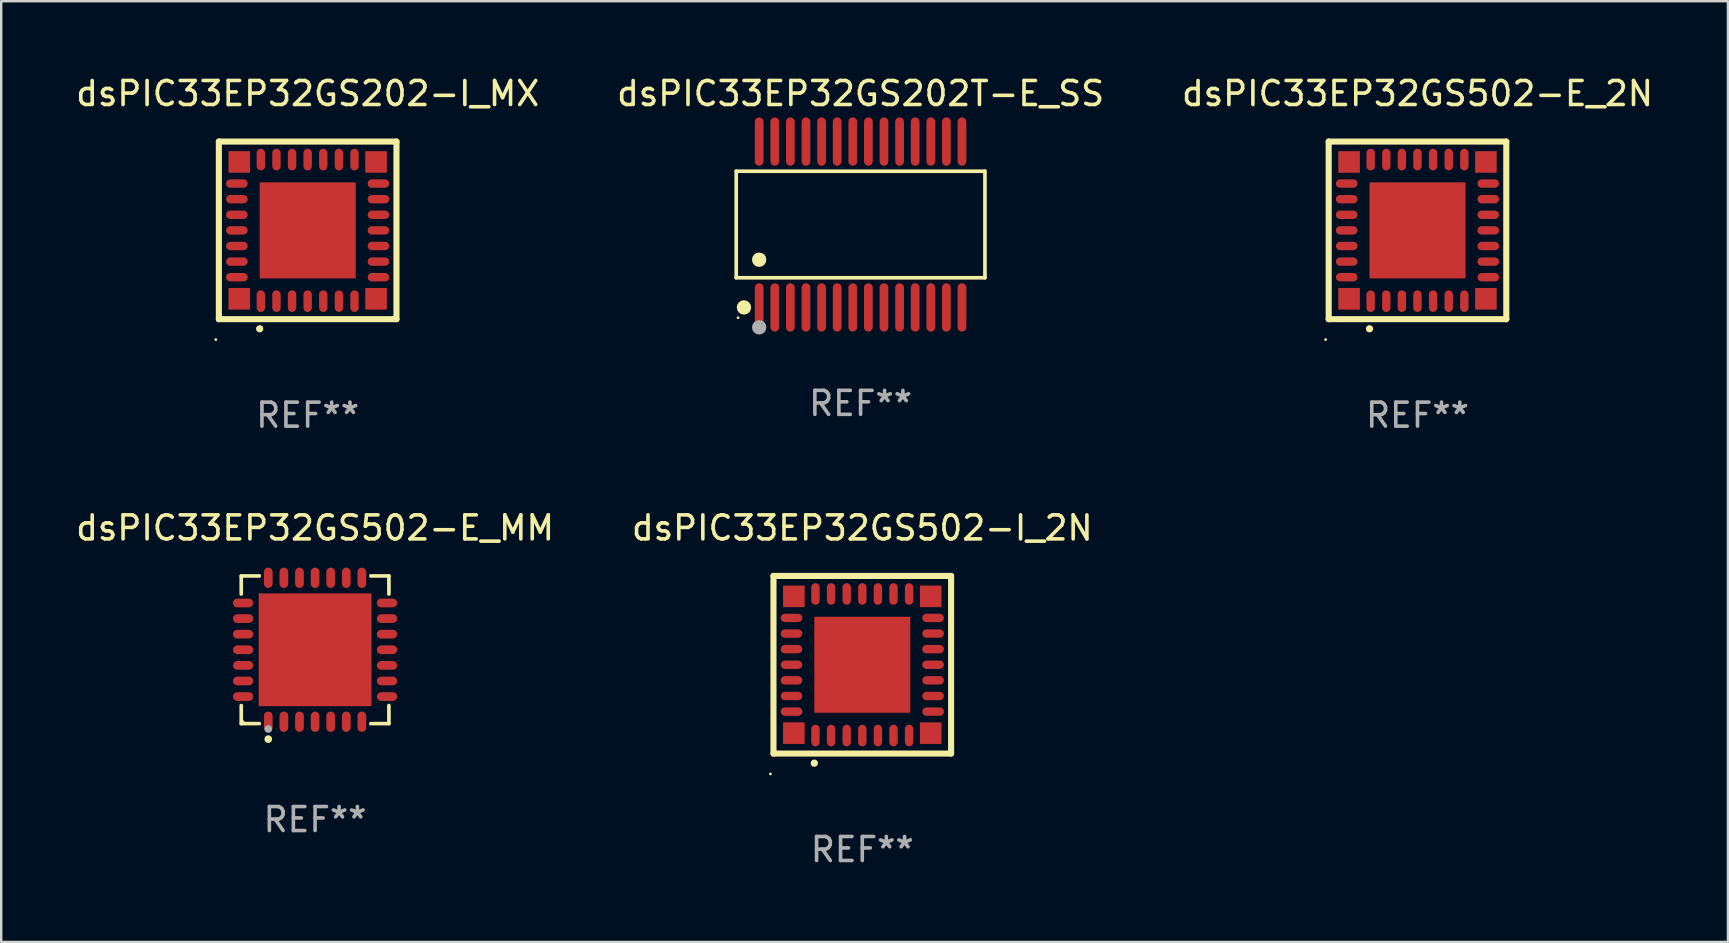
<source format=kicad_pcb>
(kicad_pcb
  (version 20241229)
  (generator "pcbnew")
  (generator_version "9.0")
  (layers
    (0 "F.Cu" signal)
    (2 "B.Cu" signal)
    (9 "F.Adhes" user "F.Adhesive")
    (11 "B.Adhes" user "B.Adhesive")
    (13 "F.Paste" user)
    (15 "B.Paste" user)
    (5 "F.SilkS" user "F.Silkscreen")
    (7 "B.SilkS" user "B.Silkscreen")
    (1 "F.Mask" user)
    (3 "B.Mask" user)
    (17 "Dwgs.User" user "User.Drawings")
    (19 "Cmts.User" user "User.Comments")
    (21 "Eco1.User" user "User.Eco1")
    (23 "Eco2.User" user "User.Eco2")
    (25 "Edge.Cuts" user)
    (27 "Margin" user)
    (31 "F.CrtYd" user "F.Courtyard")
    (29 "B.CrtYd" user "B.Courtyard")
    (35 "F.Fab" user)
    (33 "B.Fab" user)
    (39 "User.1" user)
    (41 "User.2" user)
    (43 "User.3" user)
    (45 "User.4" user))
  (footprint "dsPIC33EP32GS502-E_2N"
    (layer "F.Cu")
    (at 56.006 6.548)
    (property "Reference" "dsPIC33EP32GS502-E_2N" (at 0 -5.7 0) (layer "F.SilkS") (effects (font (size 1 1) (thickness 0.15))))
    (attr through_hole)
    (fp_line (start -3.7 -3.7) (end 3.7 -3.7) (stroke (width 0.254) (type solid)) (layer "F.SilkS"))
    (fp_line (start -3.7 3.7) (end -3.7 -3.7) (stroke (width 0.254) (type solid)) (layer "F.SilkS"))
    (fp_line (start 3.7 -3.7) (end 3.7 3.7) (stroke (width 0.254) (type solid)) (layer "F.SilkS"))
    (fp_line (start 3.7 3.7) (end -3.7 3.7) (stroke (width 0.254) (type solid)) (layer "F.SilkS"))
    (fp_arc (start -2 4.1) (mid -1.99873 4.099995) (end -1.99746 4.1) (stroke (width 0.3) (type solid)) (layer "F.SilkS"))
    (fp_circle (center -3.827 4.55) (end -3.797 4.55) (stroke (width 0.06) (type solid)) (fill no) (layer "F.SilkS"))
    (fp_text user "REF**" (at 0 7.7 0) (layer "F.Fab") (effects (font (size 1 1) (thickness 0.15))))
    (pad "1" smd oval (at -1.951 2.949 180) (size 0.35 0.9) (layers "F.Cu" "F.Mask" "F.Paste"))
    (pad "2" smd oval (at -1.3 2.949 180) (size 0.35 0.9) (layers "F.Cu" "F.Mask" "F.Paste"))
    (pad "3" smd oval (at -0.65 2.949 180) (size 0.35 0.9) (layers "F.Cu" "F.Mask" "F.Paste"))
    (pad "4" smd oval (at 0.000051 2.949 180) (size 0.35 0.9) (layers "F.Cu" "F.Mask" "F.Paste"))
    (pad "5" smd oval (at 0.65 2.949 180) (size 0.35 0.9) (layers "F.Cu" "F.Mask" "F.Paste"))
    (pad "6" smd oval (at 1.301 2.949 180) (size 0.35 0.9) (layers "F.Cu" "F.Mask" "F.Paste"))
    (pad "7" smd oval (at 1.951 2.949 180) (size 0.35 0.9) (layers "F.Cu" "F.Mask" "F.Paste"))
    (pad "8" smd oval (at 2.949 1.951 90) (size 0.35 0.9) (layers "F.Cu" "F.Mask" "F.Paste"))
    (pad "9" smd oval (at 2.949 1.301 90) (size 0.35 0.9) (layers "F.Cu" "F.Mask" "F.Paste"))
    (pad "10" smd oval (at 2.949 0.65 90) (size 0.35 0.9) (layers "F.Cu" "F.Mask" "F.Paste"))
    (pad "11" smd oval (at 2.949 0.000051 90) (size 0.35 0.9) (layers "F.Cu" "F.Mask" "F.Paste"))
    (pad "12" smd oval (at 2.949 -0.65 90) (size 0.35 0.9) (layers "F.Cu" "F.Mask" "F.Paste"))
    (pad "13" smd oval (at 2.949 -1.3 90) (size 0.35 0.9) (layers "F.Cu" "F.Mask" "F.Paste"))
    (pad "14" smd oval (at 2.949 -1.951 90) (size 0.35 0.9) (layers "F.Cu" "F.Mask" "F.Paste"))
    (pad "15" smd oval (at 1.951 -2.949 180) (size 0.35 0.9) (layers "F.Cu" "F.Mask" "F.Paste"))
    (pad "16" smd oval (at 1.301 -2.949 180) (size 0.35 0.9) (layers "F.Cu" "F.Mask" "F.Paste"))
    (pad "17" smd oval (at 0.65 -2.949 180) (size 0.35 0.9) (layers "F.Cu" "F.Mask" "F.Paste"))
    (pad "18" smd oval (at 0.000051 -2.949 180) (size 0.35 0.9) (layers "F.Cu" "F.Mask" "F.Paste"))
    (pad "19" smd oval (at -0.65 -2.949 180) (size 0.35 0.9) (layers "F.Cu" "F.Mask" "F.Paste"))
    (pad "20" smd oval (at -1.3 -2.949 180) (size 0.35 0.9) (layers "F.Cu" "F.Mask" "F.Paste"))
    (pad "21" smd oval (at -1.951 -2.949 180) (size 0.35 0.9) (layers "F.Cu" "F.Mask" "F.Paste"))
    (pad "22" smd oval (at -2.949 -1.951 90) (size 0.35 0.9) (layers "F.Cu" "F.Mask" "F.Paste"))
    (pad "23" smd oval (at -2.949 -1.3 90) (size 0.35 0.9) (layers "F.Cu" "F.Mask" "F.Paste"))
    (pad "24" smd oval (at -2.949 -0.65 90) (size 0.35 0.9) (layers "F.Cu" "F.Mask" "F.Paste"))
    (pad "25" smd oval (at -2.949 0.000051 90) (size 0.35 0.9) (layers "F.Cu" "F.Mask" "F.Paste"))
    (pad "26" smd oval (at -2.949 0.65 90) (size 0.35 0.9) (layers "F.Cu" "F.Mask" "F.Paste"))
    (pad "27" smd oval (at -2.949 1.301 90) (size 0.35 0.9) (layers "F.Cu" "F.Mask" "F.Paste"))
    (pad "28" smd oval (at -2.949 1.951 90) (size 0.35 0.9) (layers "F.Cu" "F.Mask" "F.Paste"))
    (pad "29" smd rect (at -2.85 -2.85 90) (size 0.9 0.9) (layers "F.Cu" "F.Mask" "F.Paste"))
    (pad "29" smd rect (at -2.85 2.85 90) (size 0.9 0.9) (layers "F.Cu" "F.Mask" "F.Paste"))
    (pad "29" smd rect (at 0.000051 0.000051 90) (size 4 4) (layers "F.Cu" "F.Mask" "F.Paste"))
    (pad "29" smd rect (at 2.85 -2.85 90) (size 0.9 0.9) (layers "F.Cu" "F.Mask" "F.Paste"))
    (pad "29" smd rect (at 2.85 2.85 90) (size 0.9 0.9) (layers "F.Cu" "F.Mask" "F.Paste")))
  (footprint "dsPIC33EP32GS502-I_2N"
    (layer "F.Cu")
    (at 32.875 24.645)
    (property "Reference" "dsPIC33EP32GS502-I_2N" (at 0 -5.7 0) (layer "F.SilkS") (effects (font (size 1 1) (thickness 0.15))))
    (attr through_hole)
    (fp_line (start -3.7 -3.7) (end 3.7 -3.7) (stroke (width 0.254) (type solid)) (layer "F.SilkS"))
    (fp_line (start -3.7 3.7) (end -3.7 -3.7) (stroke (width 0.254) (type solid)) (layer "F.SilkS"))
    (fp_line (start 3.7 -3.7) (end 3.7 3.7) (stroke (width 0.254) (type solid)) (layer "F.SilkS"))
    (fp_line (start 3.7 3.7) (end -3.7 3.7) (stroke (width 0.254) (type solid)) (layer "F.SilkS"))
    (fp_arc (start -2 4.1) (mid -1.99873 4.099995) (end -1.99746 4.1) (stroke (width 0.3) (type solid)) (layer "F.SilkS"))
    (fp_circle (center -3.827 4.55) (end -3.797 4.55) (stroke (width 0.06) (type solid)) (fill no) (layer "F.SilkS"))
    (fp_text user "REF**" (at 0 7.7 0) (layer "F.Fab") (effects (font (size 1 1) (thickness 0.15))))
    (pad "1" smd oval (at -1.951 2.949 180) (size 0.35 0.9) (layers "F.Cu" "F.Mask" "F.Paste"))
    (pad "2" smd oval (at -1.3 2.949 180) (size 0.35 0.9) (layers "F.Cu" "F.Mask" "F.Paste"))
    (pad "3" smd oval (at -0.65 2.949 180) (size 0.35 0.9) (layers "F.Cu" "F.Mask" "F.Paste"))
    (pad "4" smd oval (at 0.000051 2.949 180) (size 0.35 0.9) (layers "F.Cu" "F.Mask" "F.Paste"))
    (pad "5" smd oval (at 0.65 2.949 180) (size 0.35 0.9) (layers "F.Cu" "F.Mask" "F.Paste"))
    (pad "6" smd oval (at 1.301 2.949 180) (size 0.35 0.9) (layers "F.Cu" "F.Mask" "F.Paste"))
    (pad "7" smd oval (at 1.951 2.949 180) (size 0.35 0.9) (layers "F.Cu" "F.Mask" "F.Paste"))
    (pad "8" smd oval (at 2.949 1.951 90) (size 0.35 0.9) (layers "F.Cu" "F.Mask" "F.Paste"))
    (pad "9" smd oval (at 2.949 1.301 90) (size 0.35 0.9) (layers "F.Cu" "F.Mask" "F.Paste"))
    (pad "10" smd oval (at 2.949 0.65 90) (size 0.35 0.9) (layers "F.Cu" "F.Mask" "F.Paste"))
    (pad "11" smd oval (at 2.949 0.000051 90) (size 0.35 0.9) (layers "F.Cu" "F.Mask" "F.Paste"))
    (pad "12" smd oval (at 2.949 -0.65 90) (size 0.35 0.9) (layers "F.Cu" "F.Mask" "F.Paste"))
    (pad "13" smd oval (at 2.949 -1.3 90) (size 0.35 0.9) (layers "F.Cu" "F.Mask" "F.Paste"))
    (pad "14" smd oval (at 2.949 -1.951 90) (size 0.35 0.9) (layers "F.Cu" "F.Mask" "F.Paste"))
    (pad "15" smd oval (at 1.951 -2.949 180) (size 0.35 0.9) (layers "F.Cu" "F.Mask" "F.Paste"))
    (pad "16" smd oval (at 1.301 -2.949 180) (size 0.35 0.9) (layers "F.Cu" "F.Mask" "F.Paste"))
    (pad "17" smd oval (at 0.65 -2.949 180) (size 0.35 0.9) (layers "F.Cu" "F.Mask" "F.Paste"))
    (pad "18" smd oval (at 0.000051 -2.949 180) (size 0.35 0.9) (layers "F.Cu" "F.Mask" "F.Paste"))
    (pad "19" smd oval (at -0.65 -2.949 180) (size 0.35 0.9) (layers "F.Cu" "F.Mask" "F.Paste"))
    (pad "20" smd oval (at -1.3 -2.949 180) (size 0.35 0.9) (layers "F.Cu" "F.Mask" "F.Paste"))
    (pad "21" smd oval (at -1.951 -2.949 180) (size 0.35 0.9) (layers "F.Cu" "F.Mask" "F.Paste"))
    (pad "22" smd oval (at -2.949 -1.951 90) (size 0.35 0.9) (layers "F.Cu" "F.Mask" "F.Paste"))
    (pad "23" smd oval (at -2.949 -1.3 90) (size 0.35 0.9) (layers "F.Cu" "F.Mask" "F.Paste"))
    (pad "24" smd oval (at -2.949 -0.65 90) (size 0.35 0.9) (layers "F.Cu" "F.Mask" "F.Paste"))
    (pad "25" smd oval (at -2.949 0.000051 90) (size 0.35 0.9) (layers "F.Cu" "F.Mask" "F.Paste"))
    (pad "26" smd oval (at -2.949 0.65 90) (size 0.35 0.9) (layers "F.Cu" "F.Mask" "F.Paste"))
    (pad "27" smd oval (at -2.949 1.301 90) (size 0.35 0.9) (layers "F.Cu" "F.Mask" "F.Paste"))
    (pad "28" smd oval (at -2.949 1.951 90) (size 0.35 0.9) (layers "F.Cu" "F.Mask" "F.Paste"))
    (pad "29" smd rect (at -2.85 -2.85 90) (size 0.9 0.9) (layers "F.Cu" "F.Mask" "F.Paste"))
    (pad "29" smd rect (at -2.85 2.85 90) (size 0.9 0.9) (layers "F.Cu" "F.Mask" "F.Paste"))
    (pad "29" smd rect (at 0.000051 0.000051 90) (size 4 4) (layers "F.Cu" "F.Mask" "F.Paste"))
    (pad "29" smd rect (at 2.85 -2.85 90) (size 0.9 0.9) (layers "F.Cu" "F.Mask" "F.Paste"))
    (pad "29" smd rect (at 2.85 2.85 90) (size 0.9 0.9) (layers "F.Cu" "F.Mask" "F.Paste")))
  (footprint "dsPIC33EP32GS502-E_MM"
    (layer "F.Cu")
    (at 10.077 24.021)
    (property "Reference" "dsPIC33EP32GS502-E_MM" (at 0 -5.076 0) (layer "F.SilkS") (effects (font (size 1 1) (thickness 0.15))))
    (attr through_hole)
    (fp_line (start -3.076 -3.076) (end -2.323 -3.076) (stroke (width 0.152) (type solid)) (layer "F.SilkS"))
    (fp_line (start -3.076 -2.323) (end -3.076 -3.076) (stroke (width 0.152) (type solid)) (layer "F.SilkS"))
    (fp_line (start -3.076 2.323) (end -3.076 3.076) (stroke (width 0.152) (type solid)) (layer "F.SilkS"))
    (fp_line (start -3.076 3.076) (end -2.323 3.076) (stroke (width 0.152) (type solid)) (layer "F.SilkS"))
    (fp_line (start 3.076 -3.076) (end 2.323 -3.076) (stroke (width 0.152) (type solid)) (layer "F.SilkS"))
    (fp_line (start 3.076 -2.323) (end 3.076 -3.076) (stroke (width 0.152) (type solid)) (layer "F.SilkS"))
    (fp_line (start 3.076 2.323) (end 3.076 3.076) (stroke (width 0.152) (type solid)) (layer "F.SilkS"))
    (fp_line (start 3.076 3.076) (end 2.323 3.076) (stroke (width 0.152) (type solid)) (layer "F.SilkS"))
    (fp_circle (center -3 3) (end -2.97 3) (stroke (width 0.06) (type solid)) (fill no) (layer "F.SilkS"))
    (fp_circle (center -1.95 3.722) (end -1.87 3.722) (stroke (width 0.16) (type solid)) (fill no) (layer "F.SilkS"))
    (fp_circle (center -1.95 3.3) (end -1.87 3.3) (stroke (width 0.16) (type solid)) (fill no) (layer "F.Fab"))
    (fp_text user "REF**" (at 0 7.076 0) (layer "F.Fab") (effects (font (size 1 1) (thickness 0.15))))
    (pad "1" smd oval (at -1.95 2.998) (size 0.364 0.847) (layers "F.Cu" "F.Mask" "F.Paste"))
    (pad "2" smd oval (at -1.3 2.998) (size 0.364 0.847) (layers "F.Cu" "F.Mask" "F.Paste"))
    (pad "3" smd oval (at -0.65 2.998) (size 0.364 0.847) (layers "F.Cu" "F.Mask" "F.Paste"))
    (pad "4" smd oval (at 0 2.998) (size 0.364 0.847) (layers "F.Cu" "F.Mask" "F.Paste"))
    (pad "5" smd oval (at 0.65 2.998) (size 0.364 0.847) (layers "F.Cu" "F.Mask" "F.Paste"))
    (pad "6" smd oval (at 1.3 2.998) (size 0.364 0.847) (layers "F.Cu" "F.Mask" "F.Paste"))
    (pad "7" smd oval (at 1.95 2.998) (size 0.364 0.847) (layers "F.Cu" "F.Mask" "F.Paste"))
    (pad "8" smd oval (at 2.998 1.95) (size 0.847 0.364) (layers "F.Cu" "F.Mask" "F.Paste"))
    (pad "9" smd oval (at 2.998 1.3) (size 0.847 0.364) (layers "F.Cu" "F.Mask" "F.Paste"))
    (pad "10" smd oval (at 2.998 0.65) (size 0.847 0.364) (layers "F.Cu" "F.Mask" "F.Paste"))
    (pad "11" smd oval (at 2.998 0) (size 0.847 0.364) (layers "F.Cu" "F.Mask" "F.Paste"))
    (pad "12" smd oval (at 2.998 -0.65) (size 0.847 0.364) (layers "F.Cu" "F.Mask" "F.Paste"))
    (pad "13" smd oval (at 2.998 -1.3) (size 0.847 0.364) (layers "F.Cu" "F.Mask" "F.Paste"))
    (pad "14" smd oval (at 2.998 -1.95) (size 0.847 0.364) (layers "F.Cu" "F.Mask" "F.Paste"))
    (pad "15" smd oval (at 1.95 -2.998) (size 0.364 0.847) (layers "F.Cu" "F.Mask" "F.Paste"))
    (pad "16" smd oval (at 1.3 -2.998) (size 0.364 0.847) (layers "F.Cu" "F.Mask" "F.Paste"))
    (pad "17" smd oval (at 0.65 -2.998) (size 0.364 0.847) (layers "F.Cu" "F.Mask" "F.Paste"))
    (pad "18" smd oval (at 0 -2.998) (size 0.364 0.847) (layers "F.Cu" "F.Mask" "F.Paste"))
    (pad "19" smd oval (at -0.65 -2.998) (size 0.364 0.847) (layers "F.Cu" "F.Mask" "F.Paste"))
    (pad "20" smd oval (at -1.3 -2.998) (size 0.364 0.847) (layers "F.Cu" "F.Mask" "F.Paste"))
    (pad "21" smd oval (at -1.95 -2.998) (size 0.364 0.847) (layers "F.Cu" "F.Mask" "F.Paste"))
    (pad "22" smd oval (at -2.998 -1.95) (size 0.847 0.364) (layers "F.Cu" "F.Mask" "F.Paste"))
    (pad "23" smd oval (at -2.998 -1.3) (size 0.847 0.364) (layers "F.Cu" "F.Mask" "F.Paste"))
    (pad "24" smd oval (at -2.998 -0.65) (size 0.847 0.364) (layers "F.Cu" "F.Mask" "F.Paste"))
    (pad "25" smd oval (at -2.998 0) (size 0.847 0.364) (layers "F.Cu" "F.Mask" "F.Paste"))
    (pad "26" smd oval (at -2.998 0.65) (size 0.847 0.364) (layers "F.Cu" "F.Mask" "F.Paste"))
    (pad "27" smd oval (at -2.998 1.3) (size 0.847 0.364) (layers "F.Cu" "F.Mask" "F.Paste"))
    (pad "28" smd oval (at -2.998 1.95) (size 0.847 0.364) (layers "F.Cu" "F.Mask" "F.Paste"))
    (pad "29" smd rect (at 0 0) (size 4.7 4.7) (layers "F.Cu" "F.Mask" "F.Paste")))
  (footprint "dsPIC33EP32GS202T-E_SS"
    (layer "F.Cu")
    (at 32.804 6.303)
    (property "Reference" "dsPIC33EP32GS202T-E_SS" (at 0 -5.455 0) (layer "F.SilkS") (effects (font (size 1 1) (thickness 0.15))))
    (attr through_hole)
    (fp_line (start -5.181 -2.219) (end 5.181 -2.219) (stroke (width 0.152) (type solid)) (layer "F.SilkS"))
    (fp_line (start -5.181 2.219) (end -5.181 -2.219) (stroke (width 0.152) (type solid)) (layer "F.SilkS"))
    (fp_line (start 5.181 -2.219) (end 5.181 2.219) (stroke (width 0.152) (type solid)) (layer "F.SilkS"))
    (fp_line (start 5.181 2.219) (end -5.181 2.219) (stroke (width 0.152) (type solid)) (layer "F.SilkS"))
    (fp_circle (center -5.105 3.885) (end -5.075 3.885) (stroke (width 0.06) (type solid)) (fill no) (layer "F.SilkS"))
    (fp_circle (center -4.859 3.455) (end -4.709 3.455) (stroke (width 0.3) (type solid)) (fill no) (layer "F.SilkS"))
    (fp_circle (center -4.225 1.467) (end -4.075 1.467) (stroke (width 0.3) (type solid)) (fill no) (layer "F.SilkS"))
    (fp_circle (center -4.225 4.285) (end -4.075 4.285) (stroke (width 0.3) (type solid)) (fill no) (layer "F.Fab"))
    (fp_text user "REF**" (at 0 7.455 0) (layer "F.Fab") (effects (font (size 1 1) (thickness 0.15))))
    (pad "1" smd oval (at -4.225 3.455) (size 0.364 2.015) (layers "F.Cu" "F.Mask" "F.Paste"))
    (pad "2" smd oval (at -3.575 3.455) (size 0.364 2.015) (layers "F.Cu" "F.Mask" "F.Paste"))
    (pad "3" smd oval (at -2.925 3.455) (size 0.364 2.015) (layers "F.Cu" "F.Mask" "F.Paste"))
    (pad "4" smd oval (at -2.275 3.455) (size 0.364 2.015) (layers "F.Cu" "F.Mask" "F.Paste"))
    (pad "5" smd oval (at -1.625 3.455) (size 0.364 2.015) (layers "F.Cu" "F.Mask" "F.Paste"))
    (pad "6" smd oval (at -0.975 3.455) (size 0.364 2.015) (layers "F.Cu" "F.Mask" "F.Paste"))
    (pad "7" smd oval (at -0.325 3.455) (size 0.364 2.015) (layers "F.Cu" "F.Mask" "F.Paste"))
    (pad "8" smd oval (at 0.325 3.455) (size 0.364 2.015) (layers "F.Cu" "F.Mask" "F.Paste"))
    (pad "9" smd oval (at 0.975 3.455) (size 0.364 2.015) (layers "F.Cu" "F.Mask" "F.Paste"))
    (pad "10" smd oval (at 1.625 3.455) (size 0.364 2.015) (layers "F.Cu" "F.Mask" "F.Paste"))
    (pad "11" smd oval (at 2.275 3.455) (size 0.364 2.015) (layers "F.Cu" "F.Mask" "F.Paste"))
    (pad "12" smd oval (at 2.925 3.455) (size 0.364 2.015) (layers "F.Cu" "F.Mask" "F.Paste"))
    (pad "13" smd oval (at 3.575 3.455) (size 0.364 2.015) (layers "F.Cu" "F.Mask" "F.Paste"))
    (pad "14" smd oval (at 4.225 3.455) (size 0.364 2.015) (layers "F.Cu" "F.Mask" "F.Paste"))
    (pad "15" smd oval (at 4.225 -3.455) (size 0.364 2.015) (layers "F.Cu" "F.Mask" "F.Paste"))
    (pad "16" smd oval (at 3.575 -3.455) (size 0.364 2.015) (layers "F.Cu" "F.Mask" "F.Paste"))
    (pad "17" smd oval (at 2.925 -3.455) (size 0.364 2.015) (layers "F.Cu" "F.Mask" "F.Paste"))
    (pad "18" smd oval (at 2.275 -3.455) (size 0.364 2.015) (layers "F.Cu" "F.Mask" "F.Paste"))
    (pad "19" smd oval (at 1.625 -3.455) (size 0.364 2.015) (layers "F.Cu" "F.Mask" "F.Paste"))
    (pad "20" smd oval (at 0.975 -3.455) (size 0.364 2.015) (layers "F.Cu" "F.Mask" "F.Paste"))
    (pad "21" smd oval (at 0.325 -3.455) (size 0.364 2.015) (layers "F.Cu" "F.Mask" "F.Paste"))
    (pad "22" smd oval (at -0.325 -3.455) (size 0.364 2.015) (layers "F.Cu" "F.Mask" "F.Paste"))
    (pad "23" smd oval (at -0.975 -3.455) (size 0.364 2.015) (layers "F.Cu" "F.Mask" "F.Paste"))
    (pad "24" smd oval (at -1.625 -3.455) (size 0.364 2.015) (layers "F.Cu" "F.Mask" "F.Paste"))
    (pad "25" smd oval (at -2.275 -3.455) (size 0.364 2.015) (layers "F.Cu" "F.Mask" "F.Paste"))
    (pad "26" smd oval (at -2.925 -3.455) (size 0.364 2.015) (layers "F.Cu" "F.Mask" "F.Paste"))
    (pad "27" smd oval (at -3.575 -3.455) (size 0.364 2.015) (layers "F.Cu" "F.Mask" "F.Paste"))
    (pad "28" smd oval (at -4.225 -3.455) (size 0.364 2.015) (layers "F.Cu" "F.Mask" "F.Paste")))
  (footprint "dsPIC33EP32GS202-I_MX"
    (layer "F.Cu")
    (at 9.768 6.548)
    (property "Reference" "dsPIC33EP32GS202-I_MX" (at 0 -5.7 0) (layer "F.SilkS") (effects (font (size 1 1) (thickness 0.15))))
    (attr through_hole)
    (fp_line (start -3.7 -3.7) (end 3.7 -3.7) (stroke (width 0.254) (type solid)) (layer "F.SilkS"))
    (fp_line (start -3.7 3.7) (end -3.7 -3.7) (stroke (width 0.254) (type solid)) (layer "F.SilkS"))
    (fp_line (start 3.7 -3.7) (end 3.7 3.7) (stroke (width 0.254) (type solid)) (layer "F.SilkS"))
    (fp_line (start 3.7 3.7) (end -3.7 3.7) (stroke (width 0.254) (type solid)) (layer "F.SilkS"))
    (fp_arc (start -2 4.1) (mid -1.99873 4.099995) (end -1.99746 4.1) (stroke (width 0.3) (type solid)) (layer "F.SilkS"))
    (fp_circle (center -3.827 4.55) (end -3.797 4.55) (stroke (width 0.06) (type solid)) (fill no) (layer "F.SilkS"))
    (fp_text user "REF**" (at 0 7.7 0) (layer "F.Fab") (effects (font (size 1 1) (thickness 0.15))))
    (pad "1" smd oval (at -1.951 2.949 180) (size 0.35 0.9) (layers "F.Cu" "F.Mask" "F.Paste"))
    (pad "2" smd oval (at -1.3 2.949 180) (size 0.35 0.9) (layers "F.Cu" "F.Mask" "F.Paste"))
    (pad "3" smd oval (at -0.65 2.949 180) (size 0.35 0.9) (layers "F.Cu" "F.Mask" "F.Paste"))
    (pad "4" smd oval (at 0.000051 2.949 180) (size 0.35 0.9) (layers "F.Cu" "F.Mask" "F.Paste"))
    (pad "5" smd oval (at 0.65 2.949 180) (size 0.35 0.9) (layers "F.Cu" "F.Mask" "F.Paste"))
    (pad "6" smd oval (at 1.301 2.949 180) (size 0.35 0.9) (layers "F.Cu" "F.Mask" "F.Paste"))
    (pad "7" smd oval (at 1.951 2.949 180) (size 0.35 0.9) (layers "F.Cu" "F.Mask" "F.Paste"))
    (pad "8" smd oval (at 2.949 1.951 90) (size 0.35 0.9) (layers "F.Cu" "F.Mask" "F.Paste"))
    (pad "9" smd oval (at 2.949 1.301 90) (size 0.35 0.9) (layers "F.Cu" "F.Mask" "F.Paste"))
    (pad "10" smd oval (at 2.949 0.65 90) (size 0.35 0.9) (layers "F.Cu" "F.Mask" "F.Paste"))
    (pad "11" smd oval (at 2.949 0.000051 90) (size 0.35 0.9) (layers "F.Cu" "F.Mask" "F.Paste"))
    (pad "12" smd oval (at 2.949 -0.65 90) (size 0.35 0.9) (layers "F.Cu" "F.Mask" "F.Paste"))
    (pad "13" smd oval (at 2.949 -1.3 90) (size 0.35 0.9) (layers "F.Cu" "F.Mask" "F.Paste"))
    (pad "14" smd oval (at 2.949 -1.951 90) (size 0.35 0.9) (layers "F.Cu" "F.Mask" "F.Paste"))
    (pad "15" smd oval (at 1.951 -2.949 180) (size 0.35 0.9) (layers "F.Cu" "F.Mask" "F.Paste"))
    (pad "16" smd oval (at 1.301 -2.949 180) (size 0.35 0.9) (layers "F.Cu" "F.Mask" "F.Paste"))
    (pad "17" smd oval (at 0.65 -2.949 180) (size 0.35 0.9) (layers "F.Cu" "F.Mask" "F.Paste"))
    (pad "18" smd oval (at 0.000051 -2.949 180) (size 0.35 0.9) (layers "F.Cu" "F.Mask" "F.Paste"))
    (pad "19" smd oval (at -0.65 -2.949 180) (size 0.35 0.9) (layers "F.Cu" "F.Mask" "F.Paste"))
    (pad "20" smd oval (at -1.3 -2.949 180) (size 0.35 0.9) (layers "F.Cu" "F.Mask" "F.Paste"))
    (pad "21" smd oval (at -1.951 -2.949 180) (size 0.35 0.9) (layers "F.Cu" "F.Mask" "F.Paste"))
    (pad "22" smd oval (at -2.949 -1.951 90) (size 0.35 0.9) (layers "F.Cu" "F.Mask" "F.Paste"))
    (pad "23" smd oval (at -2.949 -1.3 90) (size 0.35 0.9) (layers "F.Cu" "F.Mask" "F.Paste"))
    (pad "24" smd oval (at -2.949 -0.65 90) (size 0.35 0.9) (layers "F.Cu" "F.Mask" "F.Paste"))
    (pad "25" smd oval (at -2.949 0.000051 90) (size 0.35 0.9) (layers "F.Cu" "F.Mask" "F.Paste"))
    (pad "26" smd oval (at -2.949 0.65 90) (size 0.35 0.9) (layers "F.Cu" "F.Mask" "F.Paste"))
    (pad "27" smd oval (at -2.949 1.301 90) (size 0.35 0.9) (layers "F.Cu" "F.Mask" "F.Paste"))
    (pad "28" smd oval (at -2.949 1.951 90) (size 0.35 0.9) (layers "F.Cu" "F.Mask" "F.Paste"))
    (pad "29" smd rect (at -2.85 -2.85 90) (size 0.9 0.9) (layers "F.Cu" "F.Mask" "F.Paste"))
    (pad "29" smd rect (at -2.85 2.85 90) (size 0.9 0.9) (layers "F.Cu" "F.Mask" "F.Paste"))
    (pad "29" smd rect (at 0.000051 0.000051 90) (size 4 4) (layers "F.Cu" "F.Mask" "F.Paste"))
    (pad "29" smd rect (at 2.85 -2.85 90) (size 0.9 0.9) (layers "F.Cu" "F.Mask" "F.Paste"))
    (pad "29" smd rect (at 2.85 2.85 90) (size 0.9 0.9) (layers "F.Cu" "F.Mask" "F.Paste")))
  (gr_rect
    (start -3 -3)
    (end 68.94 36.193)
    (stroke (width 0.1) (type default))
    (fill no)
    (layer "Edge.Cuts")))
</source>
